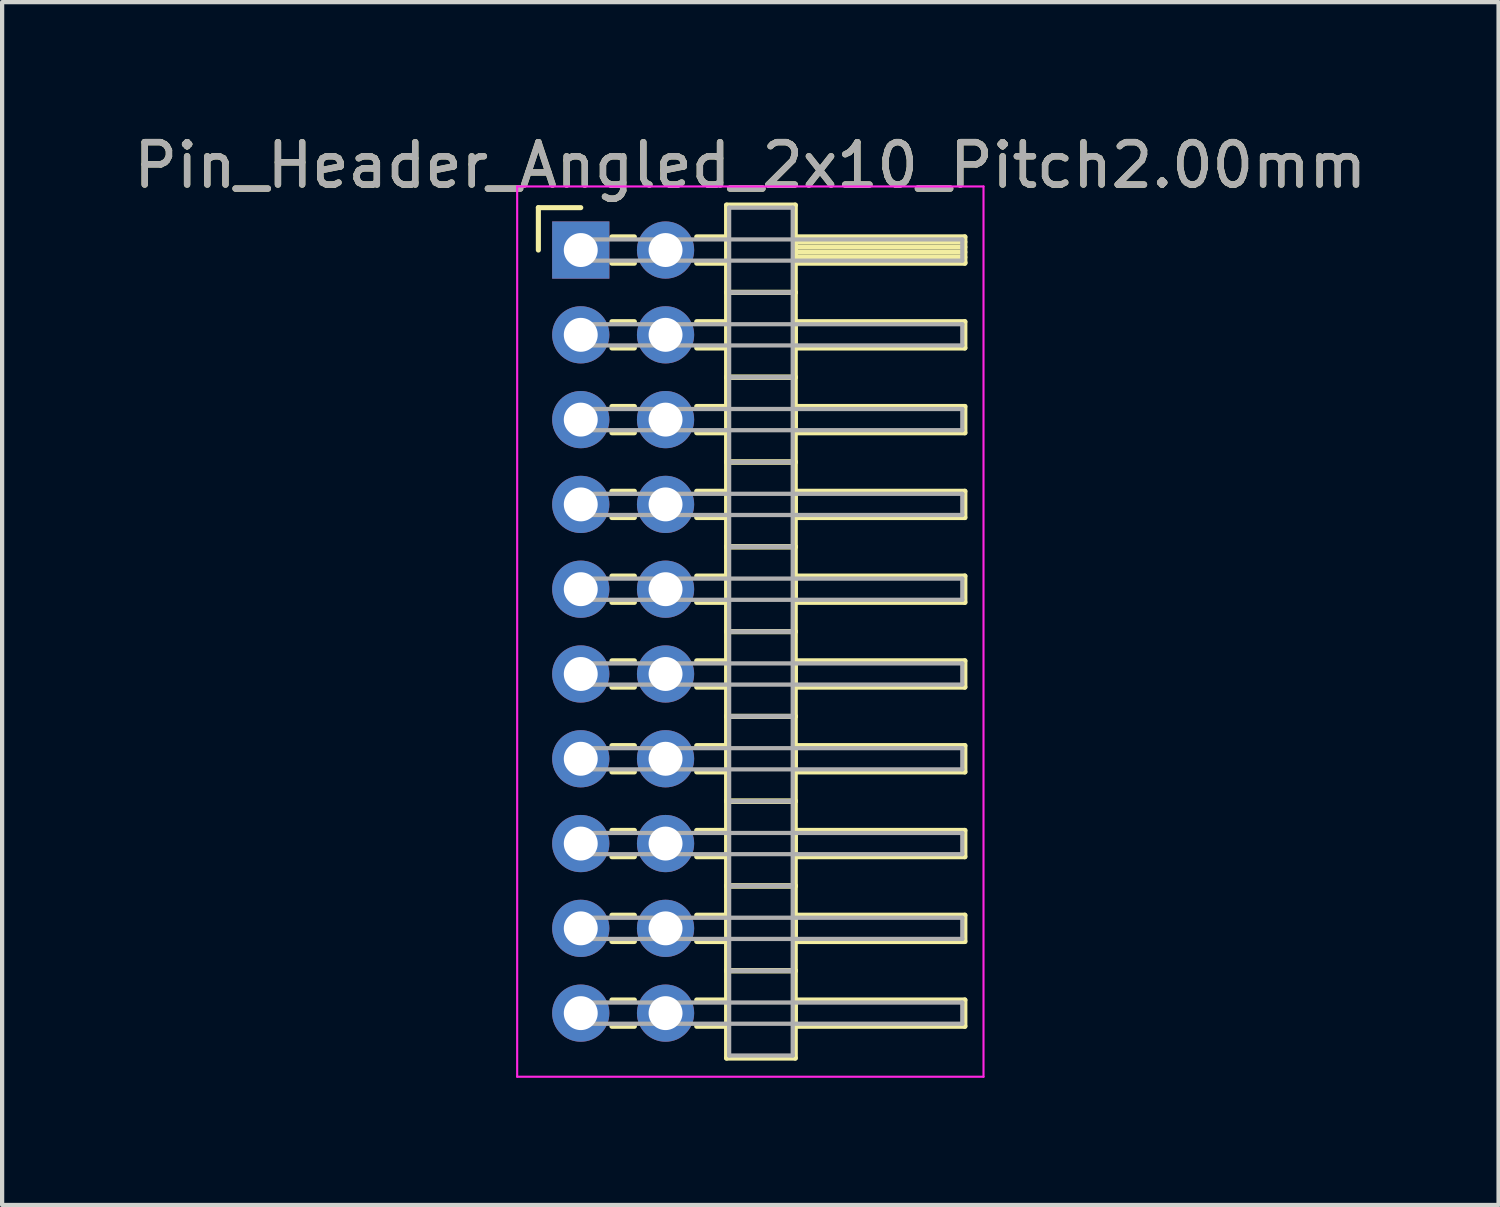
<source format=kicad_pcb>
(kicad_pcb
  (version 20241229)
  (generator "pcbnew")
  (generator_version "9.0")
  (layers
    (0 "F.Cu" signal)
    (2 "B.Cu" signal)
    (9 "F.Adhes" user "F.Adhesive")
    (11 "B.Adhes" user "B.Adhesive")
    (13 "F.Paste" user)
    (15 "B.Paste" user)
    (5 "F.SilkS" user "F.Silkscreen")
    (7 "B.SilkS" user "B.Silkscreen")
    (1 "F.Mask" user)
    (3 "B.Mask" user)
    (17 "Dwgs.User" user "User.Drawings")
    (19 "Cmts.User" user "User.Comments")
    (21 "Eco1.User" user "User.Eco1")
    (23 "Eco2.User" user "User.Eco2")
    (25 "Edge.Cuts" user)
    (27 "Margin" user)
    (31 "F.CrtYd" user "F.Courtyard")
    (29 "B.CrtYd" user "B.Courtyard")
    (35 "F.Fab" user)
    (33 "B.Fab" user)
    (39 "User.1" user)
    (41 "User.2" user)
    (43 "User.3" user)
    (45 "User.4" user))
  (footprint "Pin_Header_Angled_2x10_Pitch2.00mm"
    (layer "F.Cu")
    (at 10.649 2.848)
    (property "Reference" "Pin_Header_Angled_2x10_Pitch2.00mm" (at 4 -2 0) (layer "F.SilkS") (effects (font (size 1 1) (thickness 0.15))))
    (attr through_hole)
    (fp_line (start -1 -1) (end 0 -1) (stroke (width 0.12) (type solid)) (layer "F.SilkS"))
    (fp_line (start -1 0) (end -1 -1) (stroke (width 0.12) (type solid)) (layer "F.SilkS"))
    (fp_line (start 0.735 -0.31) (end 1.265 -0.31) (stroke (width 0.12) (type solid)) (layer "F.SilkS"))
    (fp_line (start 0.735 0.31) (end 1.265 0.31) (stroke (width 0.12) (type solid)) (layer "F.SilkS"))
    (fp_line (start 0.735 1.69) (end 1.265 1.69) (stroke (width 0.12) (type solid)) (layer "F.SilkS"))
    (fp_line (start 0.735 2.31) (end 1.265 2.31) (stroke (width 0.12) (type solid)) (layer "F.SilkS"))
    (fp_line (start 0.735 3.69) (end 1.265 3.69) (stroke (width 0.12) (type solid)) (layer "F.SilkS"))
    (fp_line (start 0.735 4.31) (end 1.265 4.31) (stroke (width 0.12) (type solid)) (layer "F.SilkS"))
    (fp_line (start 0.735 5.69) (end 1.265 5.69) (stroke (width 0.12) (type solid)) (layer "F.SilkS"))
    (fp_line (start 0.735 6.31) (end 1.265 6.31) (stroke (width 0.12) (type solid)) (layer "F.SilkS"))
    (fp_line (start 0.735 7.69) (end 1.265 7.69) (stroke (width 0.12) (type solid)) (layer "F.SilkS"))
    (fp_line (start 0.735 8.31) (end 1.265 8.31) (stroke (width 0.12) (type solid)) (layer "F.SilkS"))
    (fp_line (start 0.735 9.69) (end 1.265 9.69) (stroke (width 0.12) (type solid)) (layer "F.SilkS"))
    (fp_line (start 0.735 10.31) (end 1.265 10.31) (stroke (width 0.12) (type solid)) (layer "F.SilkS"))
    (fp_line (start 0.735 11.69) (end 1.265 11.69) (stroke (width 0.12) (type solid)) (layer "F.SilkS"))
    (fp_line (start 0.735 12.31) (end 1.265 12.31) (stroke (width 0.12) (type solid)) (layer "F.SilkS"))
    (fp_line (start 0.735 13.69) (end 1.265 13.69) (stroke (width 0.12) (type solid)) (layer "F.SilkS"))
    (fp_line (start 0.735 14.31) (end 1.265 14.31) (stroke (width 0.12) (type solid)) (layer "F.SilkS"))
    (fp_line (start 0.735 15.69) (end 1.265 15.69) (stroke (width 0.12) (type solid)) (layer "F.SilkS"))
    (fp_line (start 0.735 16.31) (end 1.265 16.31) (stroke (width 0.12) (type solid)) (layer "F.SilkS"))
    (fp_line (start 0.735 17.69) (end 1.265 17.69) (stroke (width 0.12) (type solid)) (layer "F.SilkS"))
    (fp_line (start 0.735 18.31) (end 1.265 18.31) (stroke (width 0.12) (type solid)) (layer "F.SilkS"))
    (fp_line (start 2.735 -0.31) (end 3.44 -0.31) (stroke (width 0.12) (type solid)) (layer "F.SilkS"))
    (fp_line (start 2.735 0.31) (end 3.44 0.31) (stroke (width 0.12) (type solid)) (layer "F.SilkS"))
    (fp_line (start 2.735 1.69) (end 3.44 1.69) (stroke (width 0.12) (type solid)) (layer "F.SilkS"))
    (fp_line (start 2.735 2.31) (end 3.44 2.31) (stroke (width 0.12) (type solid)) (layer "F.SilkS"))
    (fp_line (start 2.735 3.69) (end 3.44 3.69) (stroke (width 0.12) (type solid)) (layer "F.SilkS"))
    (fp_line (start 2.735 4.31) (end 3.44 4.31) (stroke (width 0.12) (type solid)) (layer "F.SilkS"))
    (fp_line (start 2.735 5.69) (end 3.44 5.69) (stroke (width 0.12) (type solid)) (layer "F.SilkS"))
    (fp_line (start 2.735 6.31) (end 3.44 6.31) (stroke (width 0.12) (type solid)) (layer "F.SilkS"))
    (fp_line (start 2.735 7.69) (end 3.44 7.69) (stroke (width 0.12) (type solid)) (layer "F.SilkS"))
    (fp_line (start 2.735 8.31) (end 3.44 8.31) (stroke (width 0.12) (type solid)) (layer "F.SilkS"))
    (fp_line (start 2.735 9.69) (end 3.44 9.69) (stroke (width 0.12) (type solid)) (layer "F.SilkS"))
    (fp_line (start 2.735 10.31) (end 3.44 10.31) (stroke (width 0.12) (type solid)) (layer "F.SilkS"))
    (fp_line (start 2.735 11.69) (end 3.44 11.69) (stroke (width 0.12) (type solid)) (layer "F.SilkS"))
    (fp_line (start 2.735 12.31) (end 3.44 12.31) (stroke (width 0.12) (type solid)) (layer "F.SilkS"))
    (fp_line (start 2.735 13.69) (end 3.44 13.69) (stroke (width 0.12) (type solid)) (layer "F.SilkS"))
    (fp_line (start 2.735 14.31) (end 3.44 14.31) (stroke (width 0.12) (type solid)) (layer "F.SilkS"))
    (fp_line (start 2.735 15.69) (end 3.44 15.69) (stroke (width 0.12) (type solid)) (layer "F.SilkS"))
    (fp_line (start 2.735 16.31) (end 3.44 16.31) (stroke (width 0.12) (type solid)) (layer "F.SilkS"))
    (fp_line (start 2.735 17.69) (end 3.44 17.69) (stroke (width 0.12) (type solid)) (layer "F.SilkS"))
    (fp_line (start 2.735 18.31) (end 3.44 18.31) (stroke (width 0.12) (type solid)) (layer "F.SilkS"))
    (fp_line (start 3.44 -1.06) (end 3.44 1) (stroke (width 0.12) (type solid)) (layer "F.SilkS"))
    (fp_line (start 3.44 1) (end 3.44 3) (stroke (width 0.12) (type solid)) (layer "F.SilkS"))
    (fp_line (start 3.44 1) (end 5.06 1) (stroke (width 0.12) (type solid)) (layer "F.SilkS"))
    (fp_line (start 3.44 3) (end 3.44 5) (stroke (width 0.12) (type solid)) (layer "F.SilkS"))
    (fp_line (start 3.44 3) (end 5.06 3) (stroke (width 0.12) (type solid)) (layer "F.SilkS"))
    (fp_line (start 3.44 5) (end 3.44 7) (stroke (width 0.12) (type solid)) (layer "F.SilkS"))
    (fp_line (start 3.44 5) (end 5.06 5) (stroke (width 0.12) (type solid)) (layer "F.SilkS"))
    (fp_line (start 3.44 7) (end 3.44 9) (stroke (width 0.12) (type solid)) (layer "F.SilkS"))
    (fp_line (start 3.44 7) (end 5.06 7) (stroke (width 0.12) (type solid)) (layer "F.SilkS"))
    (fp_line (start 3.44 9) (end 3.44 11) (stroke (width 0.12) (type solid)) (layer "F.SilkS"))
    (fp_line (start 3.44 9) (end 5.06 9) (stroke (width 0.12) (type solid)) (layer "F.SilkS"))
    (fp_line (start 3.44 11) (end 3.44 13) (stroke (width 0.12) (type solid)) (layer "F.SilkS"))
    (fp_line (start 3.44 11) (end 5.06 11) (stroke (width 0.12) (type solid)) (layer "F.SilkS"))
    (fp_line (start 3.44 13) (end 3.44 15) (stroke (width 0.12) (type solid)) (layer "F.SilkS"))
    (fp_line (start 3.44 13) (end 5.06 13) (stroke (width 0.12) (type solid)) (layer "F.SilkS"))
    (fp_line (start 3.44 15) (end 3.44 17) (stroke (width 0.12) (type solid)) (layer "F.SilkS"))
    (fp_line (start 3.44 15) (end 5.06 15) (stroke (width 0.12) (type solid)) (layer "F.SilkS"))
    (fp_line (start 3.44 17) (end 3.44 19.06) (stroke (width 0.12) (type solid)) (layer "F.SilkS"))
    (fp_line (start 3.44 17) (end 5.06 17) (stroke (width 0.12) (type solid)) (layer "F.SilkS"))
    (fp_line (start 3.44 19.06) (end 5.06 19.06) (stroke (width 0.12) (type solid)) (layer "F.SilkS"))
    (fp_line (start 5.06 -1.06) (end 3.44 -1.06) (stroke (width 0.12) (type solid)) (layer "F.SilkS"))
    (fp_line (start 5.06 -0.31) (end 5.06 0.31) (stroke (width 0.12) (type solid)) (layer "F.SilkS"))
    (fp_line (start 5.06 -0.19) (end 9.06 -0.19) (stroke (width 0.12) (type solid)) (layer "F.SilkS"))
    (fp_line (start 5.06 -0.07) (end 9.06 -0.07) (stroke (width 0.12) (type solid)) (layer "F.SilkS"))
    (fp_line (start 5.06 0.05) (end 9.06 0.05) (stroke (width 0.12) (type solid)) (layer "F.SilkS"))
    (fp_line (start 5.06 0.17) (end 9.06 0.17) (stroke (width 0.12) (type solid)) (layer "F.SilkS"))
    (fp_line (start 5.06 0.29) (end 9.06 0.29) (stroke (width 0.12) (type solid)) (layer "F.SilkS"))
    (fp_line (start 5.06 0.31) (end 9.06 0.31) (stroke (width 0.12) (type solid)) (layer "F.SilkS"))
    (fp_line (start 5.06 1) (end 3.44 1) (stroke (width 0.12) (type solid)) (layer "F.SilkS"))
    (fp_line (start 5.06 1) (end 5.06 -1.06) (stroke (width 0.12) (type solid)) (layer "F.SilkS"))
    (fp_line (start 5.06 1.69) (end 5.06 2.31) (stroke (width 0.12) (type solid)) (layer "F.SilkS"))
    (fp_line (start 5.06 2.31) (end 9.06 2.31) (stroke (width 0.12) (type solid)) (layer "F.SilkS"))
    (fp_line (start 5.06 3) (end 3.44 3) (stroke (width 0.12) (type solid)) (layer "F.SilkS"))
    (fp_line (start 5.06 3) (end 5.06 1) (stroke (width 0.12) (type solid)) (layer "F.SilkS"))
    (fp_line (start 5.06 3.69) (end 5.06 4.31) (stroke (width 0.12) (type solid)) (layer "F.SilkS"))
    (fp_line (start 5.06 4.31) (end 9.06 4.31) (stroke (width 0.12) (type solid)) (layer "F.SilkS"))
    (fp_line (start 5.06 5) (end 3.44 5) (stroke (width 0.12) (type solid)) (layer "F.SilkS"))
    (fp_line (start 5.06 5) (end 5.06 3) (stroke (width 0.12) (type solid)) (layer "F.SilkS"))
    (fp_line (start 5.06 5.69) (end 5.06 6.31) (stroke (width 0.12) (type solid)) (layer "F.SilkS"))
    (fp_line (start 5.06 6.31) (end 9.06 6.31) (stroke (width 0.12) (type solid)) (layer "F.SilkS"))
    (fp_line (start 5.06 7) (end 3.44 7) (stroke (width 0.12) (type solid)) (layer "F.SilkS"))
    (fp_line (start 5.06 7) (end 5.06 5) (stroke (width 0.12) (type solid)) (layer "F.SilkS"))
    (fp_line (start 5.06 7.69) (end 5.06 8.31) (stroke (width 0.12) (type solid)) (layer "F.SilkS"))
    (fp_line (start 5.06 8.31) (end 9.06 8.31) (stroke (width 0.12) (type solid)) (layer "F.SilkS"))
    (fp_line (start 5.06 9) (end 3.44 9) (stroke (width 0.12) (type solid)) (layer "F.SilkS"))
    (fp_line (start 5.06 9) (end 5.06 7) (stroke (width 0.12) (type solid)) (layer "F.SilkS"))
    (fp_line (start 5.06 9.69) (end 5.06 10.31) (stroke (width 0.12) (type solid)) (layer "F.SilkS"))
    (fp_line (start 5.06 10.31) (end 9.06 10.31) (stroke (width 0.12) (type solid)) (layer "F.SilkS"))
    (fp_line (start 5.06 11) (end 3.44 11) (stroke (width 0.12) (type solid)) (layer "F.SilkS"))
    (fp_line (start 5.06 11) (end 5.06 9) (stroke (width 0.12) (type solid)) (layer "F.SilkS"))
    (fp_line (start 5.06 11.69) (end 5.06 12.31) (stroke (width 0.12) (type solid)) (layer "F.SilkS"))
    (fp_line (start 5.06 12.31) (end 9.06 12.31) (stroke (width 0.12) (type solid)) (layer "F.SilkS"))
    (fp_line (start 5.06 13) (end 3.44 13) (stroke (width 0.12) (type solid)) (layer "F.SilkS"))
    (fp_line (start 5.06 13) (end 5.06 11) (stroke (width 0.12) (type solid)) (layer "F.SilkS"))
    (fp_line (start 5.06 13.69) (end 5.06 14.31) (stroke (width 0.12) (type solid)) (layer "F.SilkS"))
    (fp_line (start 5.06 14.31) (end 9.06 14.31) (stroke (width 0.12) (type solid)) (layer "F.SilkS"))
    (fp_line (start 5.06 15) (end 3.44 15) (stroke (width 0.12) (type solid)) (layer "F.SilkS"))
    (fp_line (start 5.06 15) (end 5.06 13) (stroke (width 0.12) (type solid)) (layer "F.SilkS"))
    (fp_line (start 5.06 15.69) (end 5.06 16.31) (stroke (width 0.12) (type solid)) (layer "F.SilkS"))
    (fp_line (start 5.06 16.31) (end 9.06 16.31) (stroke (width 0.12) (type solid)) (layer "F.SilkS"))
    (fp_line (start 5.06 17) (end 3.44 17) (stroke (width 0.12) (type solid)) (layer "F.SilkS"))
    (fp_line (start 5.06 17) (end 5.06 15) (stroke (width 0.12) (type solid)) (layer "F.SilkS"))
    (fp_line (start 5.06 17.69) (end 5.06 18.31) (stroke (width 0.12) (type solid)) (layer "F.SilkS"))
    (fp_line (start 5.06 18.31) (end 9.06 18.31) (stroke (width 0.12) (type solid)) (layer "F.SilkS"))
    (fp_line (start 5.06 19.06) (end 5.06 17) (stroke (width 0.12) (type solid)) (layer "F.SilkS"))
    (fp_line (start 9.06 -0.31) (end 5.06 -0.31) (stroke (width 0.12) (type solid)) (layer "F.SilkS"))
    (fp_line (start 9.06 0.31) (end 9.06 -0.31) (stroke (width 0.12) (type solid)) (layer "F.SilkS"))
    (fp_line (start 9.06 1.69) (end 5.06 1.69) (stroke (width 0.12) (type solid)) (layer "F.SilkS"))
    (fp_line (start 9.06 2.31) (end 9.06 1.69) (stroke (width 0.12) (type solid)) (layer "F.SilkS"))
    (fp_line (start 9.06 3.69) (end 5.06 3.69) (stroke (width 0.12) (type solid)) (layer "F.SilkS"))
    (fp_line (start 9.06 4.31) (end 9.06 3.69) (stroke (width 0.12) (type solid)) (layer "F.SilkS"))
    (fp_line (start 9.06 5.69) (end 5.06 5.69) (stroke (width 0.12) (type solid)) (layer "F.SilkS"))
    (fp_line (start 9.06 6.31) (end 9.06 5.69) (stroke (width 0.12) (type solid)) (layer "F.SilkS"))
    (fp_line (start 9.06 7.69) (end 5.06 7.69) (stroke (width 0.12) (type solid)) (layer "F.SilkS"))
    (fp_line (start 9.06 8.31) (end 9.06 7.69) (stroke (width 0.12) (type solid)) (layer "F.SilkS"))
    (fp_line (start 9.06 9.69) (end 5.06 9.69) (stroke (width 0.12) (type solid)) (layer "F.SilkS"))
    (fp_line (start 9.06 10.31) (end 9.06 9.69) (stroke (width 0.12) (type solid)) (layer "F.SilkS"))
    (fp_line (start 9.06 11.69) (end 5.06 11.69) (stroke (width 0.12) (type solid)) (layer "F.SilkS"))
    (fp_line (start 9.06 12.31) (end 9.06 11.69) (stroke (width 0.12) (type solid)) (layer "F.SilkS"))
    (fp_line (start 9.06 13.69) (end 5.06 13.69) (stroke (width 0.12) (type solid)) (layer "F.SilkS"))
    (fp_line (start 9.06 14.31) (end 9.06 13.69) (stroke (width 0.12) (type solid)) (layer "F.SilkS"))
    (fp_line (start 9.06 15.69) (end 5.06 15.69) (stroke (width 0.12) (type solid)) (layer "F.SilkS"))
    (fp_line (start 9.06 16.31) (end 9.06 15.69) (stroke (width 0.12) (type solid)) (layer "F.SilkS"))
    (fp_line (start 9.06 17.69) (end 5.06 17.69) (stroke (width 0.12) (type solid)) (layer "F.SilkS"))
    (fp_line (start 9.06 18.31) (end 9.06 17.69) (stroke (width 0.12) (type solid)) (layer "F.SilkS"))
    (fp_line (start -1.5 -1.5) (end -1.5 19.5) (stroke (width 0.05) (type solid)) (layer "F.CrtYd"))
    (fp_line (start -1.5 19.5) (end 9.5 19.5) (stroke (width 0.05) (type solid)) (layer "F.CrtYd"))
    (fp_line (start 9.5 -1.5) (end -1.5 -1.5) (stroke (width 0.05) (type solid)) (layer "F.CrtYd"))
    (fp_line (start 9.5 19.5) (end 9.5 -1.5) (stroke (width 0.05) (type solid)) (layer "F.CrtYd"))
    (fp_line (start 0 -0.25) (end 0 0.25) (stroke (width 0.1) (type solid)) (layer "F.Fab"))
    (fp_line (start 0 0.25) (end 9 0.25) (stroke (width 0.1) (type solid)) (layer "F.Fab"))
    (fp_line (start 0 1.75) (end 0 2.25) (stroke (width 0.1) (type solid)) (layer "F.Fab"))
    (fp_line (start 0 2.25) (end 9 2.25) (stroke (width 0.1) (type solid)) (layer "F.Fab"))
    (fp_line (start 0 3.75) (end 0 4.25) (stroke (width 0.1) (type solid)) (layer "F.Fab"))
    (fp_line (start 0 4.25) (end 9 4.25) (stroke (width 0.1) (type solid)) (layer "F.Fab"))
    (fp_line (start 0 5.75) (end 0 6.25) (stroke (width 0.1) (type solid)) (layer "F.Fab"))
    (fp_line (start 0 6.25) (end 9 6.25) (stroke (width 0.1) (type solid)) (layer "F.Fab"))
    (fp_line (start 0 7.75) (end 0 8.25) (stroke (width 0.1) (type solid)) (layer "F.Fab"))
    (fp_line (start 0 8.25) (end 9 8.25) (stroke (width 0.1) (type solid)) (layer "F.Fab"))
    (fp_line (start 0 9.75) (end 0 10.25) (stroke (width 0.1) (type solid)) (layer "F.Fab"))
    (fp_line (start 0 10.25) (end 9 10.25) (stroke (width 0.1) (type solid)) (layer "F.Fab"))
    (fp_line (start 0 11.75) (end 0 12.25) (stroke (width 0.1) (type solid)) (layer "F.Fab"))
    (fp_line (start 0 12.25) (end 9 12.25) (stroke (width 0.1) (type solid)) (layer "F.Fab"))
    (fp_line (start 0 13.75) (end 0 14.25) (stroke (width 0.1) (type solid)) (layer "F.Fab"))
    (fp_line (start 0 14.25) (end 9 14.25) (stroke (width 0.1) (type solid)) (layer "F.Fab"))
    (fp_line (start 0 15.75) (end 0 16.25) (stroke (width 0.1) (type solid)) (layer "F.Fab"))
    (fp_line (start 0 16.25) (end 9 16.25) (stroke (width 0.1) (type solid)) (layer "F.Fab"))
    (fp_line (start 0 17.75) (end 0 18.25) (stroke (width 0.1) (type solid)) (layer "F.Fab"))
    (fp_line (start 0 18.25) (end 9 18.25) (stroke (width 0.1) (type solid)) (layer "F.Fab"))
    (fp_line (start 3.5 -1) (end 3.5 1) (stroke (width 0.1) (type solid)) (layer "F.Fab"))
    (fp_line (start 3.5 1) (end 3.5 3) (stroke (width 0.1) (type solid)) (layer "F.Fab"))
    (fp_line (start 3.5 1) (end 5 1) (stroke (width 0.1) (type solid)) (layer "F.Fab"))
    (fp_line (start 3.5 3) (end 3.5 5) (stroke (width 0.1) (type solid)) (layer "F.Fab"))
    (fp_line (start 3.5 3) (end 5 3) (stroke (width 0.1) (type solid)) (layer "F.Fab"))
    (fp_line (start 3.5 5) (end 3.5 7) (stroke (width 0.1) (type solid)) (layer "F.Fab"))
    (fp_line (start 3.5 5) (end 5 5) (stroke (width 0.1) (type solid)) (layer "F.Fab"))
    (fp_line (start 3.5 7) (end 3.5 9) (stroke (width 0.1) (type solid)) (layer "F.Fab"))
    (fp_line (start 3.5 7) (end 5 7) (stroke (width 0.1) (type solid)) (layer "F.Fab"))
    (fp_line (start 3.5 9) (end 3.5 11) (stroke (width 0.1) (type solid)) (layer "F.Fab"))
    (fp_line (start 3.5 9) (end 5 9) (stroke (width 0.1) (type solid)) (layer "F.Fab"))
    (fp_line (start 3.5 11) (end 3.5 13) (stroke (width 0.1) (type solid)) (layer "F.Fab"))
    (fp_line (start 3.5 11) (end 5 11) (stroke (width 0.1) (type solid)) (layer "F.Fab"))
    (fp_line (start 3.5 13) (end 3.5 15) (stroke (width 0.1) (type solid)) (layer "F.Fab"))
    (fp_line (start 3.5 13) (end 5 13) (stroke (width 0.1) (type solid)) (layer "F.Fab"))
    (fp_line (start 3.5 15) (end 3.5 17) (stroke (width 0.1) (type solid)) (layer "F.Fab"))
    (fp_line (start 3.5 15) (end 5 15) (stroke (width 0.1) (type solid)) (layer "F.Fab"))
    (fp_line (start 3.5 17) (end 3.5 19) (stroke (width 0.1) (type solid)) (layer "F.Fab"))
    (fp_line (start 3.5 17) (end 5 17) (stroke (width 0.1) (type solid)) (layer "F.Fab"))
    (fp_line (start 3.5 19) (end 5 19) (stroke (width 0.1) (type solid)) (layer "F.Fab"))
    (fp_line (start 5 -1) (end 3.5 -1) (stroke (width 0.1) (type solid)) (layer "F.Fab"))
    (fp_line (start 5 1) (end 3.5 1) (stroke (width 0.1) (type solid)) (layer "F.Fab"))
    (fp_line (start 5 1) (end 5 -1) (stroke (width 0.1) (type solid)) (layer "F.Fab"))
    (fp_line (start 5 3) (end 3.5 3) (stroke (width 0.1) (type solid)) (layer "F.Fab"))
    (fp_line (start 5 3) (end 5 1) (stroke (width 0.1) (type solid)) (layer "F.Fab"))
    (fp_line (start 5 5) (end 3.5 5) (stroke (width 0.1) (type solid)) (layer "F.Fab"))
    (fp_line (start 5 5) (end 5 3) (stroke (width 0.1) (type solid)) (layer "F.Fab"))
    (fp_line (start 5 7) (end 3.5 7) (stroke (width 0.1) (type solid)) (layer "F.Fab"))
    (fp_line (start 5 7) (end 5 5) (stroke (width 0.1) (type solid)) (layer "F.Fab"))
    (fp_line (start 5 9) (end 3.5 9) (stroke (width 0.1) (type solid)) (layer "F.Fab"))
    (fp_line (start 5 9) (end 5 7) (stroke (width 0.1) (type solid)) (layer "F.Fab"))
    (fp_line (start 5 11) (end 3.5 11) (stroke (width 0.1) (type solid)) (layer "F.Fab"))
    (fp_line (start 5 11) (end 5 9) (stroke (width 0.1) (type solid)) (layer "F.Fab"))
    (fp_line (start 5 13) (end 3.5 13) (stroke (width 0.1) (type solid)) (layer "F.Fab"))
    (fp_line (start 5 13) (end 5 11) (stroke (width 0.1) (type solid)) (layer "F.Fab"))
    (fp_line (start 5 15) (end 3.5 15) (stroke (width 0.1) (type solid)) (layer "F.Fab"))
    (fp_line (start 5 15) (end 5 13) (stroke (width 0.1) (type solid)) (layer "F.Fab"))
    (fp_line (start 5 17) (end 3.5 17) (stroke (width 0.1) (type solid)) (layer "F.Fab"))
    (fp_line (start 5 17) (end 5 15) (stroke (width 0.1) (type solid)) (layer "F.Fab"))
    (fp_line (start 5 19) (end 5 17) (stroke (width 0.1) (type solid)) (layer "F.Fab"))
    (fp_line (start 9 -0.25) (end 0 -0.25) (stroke (width 0.1) (type solid)) (layer "F.Fab"))
    (fp_line (start 9 0.25) (end 9 -0.25) (stroke (width 0.1) (type solid)) (layer "F.Fab"))
    (fp_line (start 9 1.75) (end 0 1.75) (stroke (width 0.1) (type solid)) (layer "F.Fab"))
    (fp_line (start 9 2.25) (end 9 1.75) (stroke (width 0.1) (type solid)) (layer "F.Fab"))
    (fp_line (start 9 3.75) (end 0 3.75) (stroke (width 0.1) (type solid)) (layer "F.Fab"))
    (fp_line (start 9 4.25) (end 9 3.75) (stroke (width 0.1) (type solid)) (layer "F.Fab"))
    (fp_line (start 9 5.75) (end 0 5.75) (stroke (width 0.1) (type solid)) (layer "F.Fab"))
    (fp_line (start 9 6.25) (end 9 5.75) (stroke (width 0.1) (type solid)) (layer "F.Fab"))
    (fp_line (start 9 7.75) (end 0 7.75) (stroke (width 0.1) (type solid)) (layer "F.Fab"))
    (fp_line (start 9 8.25) (end 9 7.75) (stroke (width 0.1) (type solid)) (layer "F.Fab"))
    (fp_line (start 9 9.75) (end 0 9.75) (stroke (width 0.1) (type solid)) (layer "F.Fab"))
    (fp_line (start 9 10.25) (end 9 9.75) (stroke (width 0.1) (type solid)) (layer "F.Fab"))
    (fp_line (start 9 11.75) (end 0 11.75) (stroke (width 0.1) (type solid)) (layer "F.Fab"))
    (fp_line (start 9 12.25) (end 9 11.75) (stroke (width 0.1) (type solid)) (layer "F.Fab"))
    (fp_line (start 9 13.75) (end 0 13.75) (stroke (width 0.1) (type solid)) (layer "F.Fab"))
    (fp_line (start 9 14.25) (end 9 13.75) (stroke (width 0.1) (type solid)) (layer "F.Fab"))
    (fp_line (start 9 15.75) (end 0 15.75) (stroke (width 0.1) (type solid)) (layer "F.Fab"))
    (fp_line (start 9 16.25) (end 9 15.75) (stroke (width 0.1) (type solid)) (layer "F.Fab"))
    (fp_line (start 9 17.75) (end 0 17.75) (stroke (width 0.1) (type solid)) (layer "F.Fab"))
    (fp_line (start 9 18.25) (end 9 17.75) (stroke (width 0.1) (type solid)) (layer "F.Fab"))
    (fp_text user "${REFERENCE}" (at 4 -2 0) (layer "F.Fab") (effects (font (size 1 1) (thickness 0.15))))
    (pad "1" thru_hole rect (at 0 0) (size 1.35 1.35) (drill 0.8) (layers "*.Cu" "*.Mask"))
    (pad "2" thru_hole oval (at 2 0) (size 1.35 1.35) (drill 0.8) (layers "*.Cu" "*.Mask"))
    (pad "3" thru_hole oval (at 0 2) (size 1.35 1.35) (drill 0.8) (layers "*.Cu" "*.Mask"))
    (pad "4" thru_hole oval (at 2 2) (size 1.35 1.35) (drill 0.8) (layers "*.Cu" "*.Mask"))
    (pad "5" thru_hole oval (at 0 4) (size 1.35 1.35) (drill 0.8) (layers "*.Cu" "*.Mask"))
    (pad "6" thru_hole oval (at 2 4) (size 1.35 1.35) (drill 0.8) (layers "*.Cu" "*.Mask"))
    (pad "7" thru_hole oval (at 0 6) (size 1.35 1.35) (drill 0.8) (layers "*.Cu" "*.Mask"))
    (pad "8" thru_hole oval (at 2 6) (size 1.35 1.35) (drill 0.8) (layers "*.Cu" "*.Mask"))
    (pad "9" thru_hole oval (at 0 8) (size 1.35 1.35) (drill 0.8) (layers "*.Cu" "*.Mask"))
    (pad "10" thru_hole oval (at 2 8) (size 1.35 1.35) (drill 0.8) (layers "*.Cu" "*.Mask"))
    (pad "11" thru_hole oval (at 0 10) (size 1.35 1.35) (drill 0.8) (layers "*.Cu" "*.Mask"))
    (pad "12" thru_hole oval (at 2 10) (size 1.35 1.35) (drill 0.8) (layers "*.Cu" "*.Mask"))
    (pad "13" thru_hole oval (at 0 12) (size 1.35 1.35) (drill 0.8) (layers "*.Cu" "*.Mask"))
    (pad "14" thru_hole oval (at 2 12) (size 1.35 1.35) (drill 0.8) (layers "*.Cu" "*.Mask"))
    (pad "15" thru_hole oval (at 0 14) (size 1.35 1.35) (drill 0.8) (layers "*.Cu" "*.Mask"))
    (pad "16" thru_hole oval (at 2 14) (size 1.35 1.35) (drill 0.8) (layers "*.Cu" "*.Mask"))
    (pad "17" thru_hole oval (at 0 16) (size 1.35 1.35) (drill 0.8) (layers "*.Cu" "*.Mask"))
    (pad "18" thru_hole oval (at 2 16) (size 1.35 1.35) (drill 0.8) (layers "*.Cu" "*.Mask"))
    (pad "19" thru_hole oval (at 0 18) (size 1.35 1.35) (drill 0.8) (layers "*.Cu" "*.Mask"))
    (pad "20" thru_hole oval (at 2 18) (size 1.35 1.35) (drill 0.8) (layers "*.Cu" "*.Mask")))
  (gr_rect
    (start -3 -3)
    (end 32.298 25.373)
    (stroke (width 0.1) (type default))
    (fill no)
    (layer "Edge.Cuts")))
</source>
